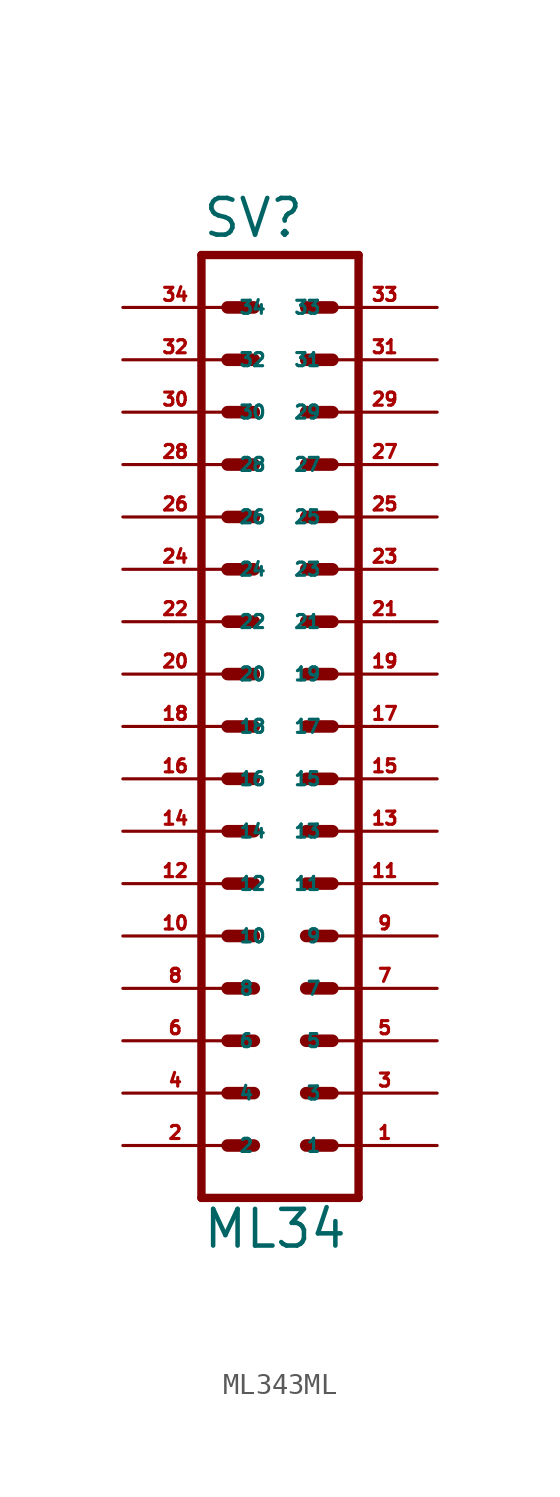
<source format=kicad_sym>
(kicad_symbol_lib
  (version 20220914)
  (generator Eagle2Kicad)
  (symbol "ML343ML"
    (property "Reference" "SV"
      (at -3.81 23.622 0)
      (effects (font (size 1.778 1.778) (thickness 0.22)) (justify left bottom)))
    (property "Value" "ML34"
      (at -3.81 -25.4 0)
      (effects (font (size 1.778 1.778) (thickness 0.22)) (justify left bottom)))
    (polyline
      (pts (xy 3.81 -22.86) (xy -3.81 -22.86))
      (stroke (width 0.406) (type default))
      (fill (type none)))
    (polyline
      (pts (xy -3.81 22.86) (xy -3.81 -22.86))
      (stroke (width 0.406) (type default))
      (fill (type none)))
    (polyline
      (pts (xy -3.81 22.86) (xy 3.81 22.86))
      (stroke (width 0.406) (type default))
      (fill (type none)))
    (polyline
      (pts (xy 3.81 -22.86) (xy 3.81 22.86))
      (stroke (width 0.406) (type default))
      (fill (type none)))
    (polyline
      (pts (xy 1.27 -10.16) (xy 2.54 -10.16))
      (stroke (width 0.61) (type default))
      (fill (type none)))
    (polyline
      (pts (xy 1.27 -12.7) (xy 2.54 -12.7))
      (stroke (width 0.61) (type default))
      (fill (type none)))
    (polyline
      (pts (xy 1.27 -15.24) (xy 2.54 -15.24))
      (stroke (width 0.61) (type default))
      (fill (type none)))
    (polyline
      (pts (xy 1.27 -17.78) (xy 2.54 -17.78))
      (stroke (width 0.61) (type default))
      (fill (type none)))
    (polyline
      (pts (xy 1.27 -20.32) (xy 2.54 -20.32))
      (stroke (width 0.61) (type default))
      (fill (type none)))
    (polyline
      (pts (xy -2.54 -10.16) (xy -1.27 -10.16))
      (stroke (width 0.61) (type default))
      (fill (type none)))
    (polyline
      (pts (xy -2.54 -12.7) (xy -1.27 -12.7))
      (stroke (width 0.61) (type default))
      (fill (type none)))
    (polyline
      (pts (xy -2.54 -15.24) (xy -1.27 -15.24))
      (stroke (width 0.61) (type default))
      (fill (type none)))
    (polyline
      (pts (xy -2.54 -17.78) (xy -1.27 -17.78))
      (stroke (width 0.61) (type default))
      (fill (type none)))
    (polyline
      (pts (xy -2.54 -20.32) (xy -1.27 -20.32))
      (stroke (width 0.61) (type default))
      (fill (type none)))
    (polyline
      (pts (xy 1.27 -7.62) (xy 2.54 -7.62))
      (stroke (width 0.61) (type default))
      (fill (type none)))
    (polyline
      (pts (xy 1.27 -5.08) (xy 2.54 -5.08))
      (stroke (width 0.61) (type default))
      (fill (type none)))
    (polyline
      (pts (xy 1.27 -2.54) (xy 2.54 -2.54))
      (stroke (width 0.61) (type default))
      (fill (type none)))
    (polyline
      (pts (xy 1.27 0) (xy 2.54 0))
      (stroke (width 0.61) (type default))
      (fill (type none)))
    (polyline
      (pts (xy 1.27 2.54) (xy 2.54 2.54))
      (stroke (width 0.61) (type default))
      (fill (type none)))
    (polyline
      (pts (xy -2.54 -7.62) (xy -1.27 -7.62))
      (stroke (width 0.61) (type default))
      (fill (type none)))
    (polyline
      (pts (xy -2.54 -5.08) (xy -1.27 -5.08))
      (stroke (width 0.61) (type default))
      (fill (type none)))
    (polyline
      (pts (xy -2.54 -2.54) (xy -1.27 -2.54))
      (stroke (width 0.61) (type default))
      (fill (type none)))
    (polyline
      (pts (xy -2.54 0) (xy -1.27 0))
      (stroke (width 0.61) (type default))
      (fill (type none)))
    (polyline
      (pts (xy -2.54 2.54) (xy -1.27 2.54))
      (stroke (width 0.61) (type default))
      (fill (type none)))
    (polyline
      (pts (xy 1.27 5.08) (xy 2.54 5.08))
      (stroke (width 0.61) (type default))
      (fill (type none)))
    (polyline
      (pts (xy 1.27 7.62) (xy 2.54 7.62))
      (stroke (width 0.61) (type default))
      (fill (type none)))
    (polyline
      (pts (xy 1.27 10.16) (xy 2.54 10.16))
      (stroke (width 0.61) (type default))
      (fill (type none)))
    (polyline
      (pts (xy -2.54 5.08) (xy -1.27 5.08))
      (stroke (width 0.61) (type default))
      (fill (type none)))
    (polyline
      (pts (xy -2.54 7.62) (xy -1.27 7.62))
      (stroke (width 0.61) (type default))
      (fill (type none)))
    (polyline
      (pts (xy -2.54 10.16) (xy -1.27 10.16))
      (stroke (width 0.61) (type default))
      (fill (type none)))
    (polyline
      (pts (xy 1.27 12.7) (xy 2.54 12.7))
      (stroke (width 0.61) (type default))
      (fill (type none)))
    (polyline
      (pts (xy 1.27 15.24) (xy 2.54 15.24))
      (stroke (width 0.61) (type default))
      (fill (type none)))
    (polyline
      (pts (xy 1.27 17.78) (xy 2.54 17.78))
      (stroke (width 0.61) (type default))
      (fill (type none)))
    (polyline
      (pts (xy 1.27 20.32) (xy 2.54 20.32))
      (stroke (width 0.61) (type default))
      (fill (type none)))
    (polyline
      (pts (xy -2.54 12.7) (xy -1.27 12.7))
      (stroke (width 0.61) (type default))
      (fill (type none)))
    (polyline
      (pts (xy -2.54 15.24) (xy -1.27 15.24))
      (stroke (width 0.61) (type default))
      (fill (type none)))
    (polyline
      (pts (xy -2.54 17.78) (xy -1.27 17.78))
      (stroke (width 0.61) (type default))
      (fill (type none)))
    (polyline
      (pts (xy -2.54 20.32) (xy -1.27 20.32))
      (stroke (width 0.61) (type default))
      (fill (type none)))
    (pin passive line
      (at 7.62 -20.32 180)
      (length 5.08)
      (name "1" (effects (font (size 0.635 0.635) (thickness 0.08)) (justify left bottom)))
      (number "1" (effects (font (size 0.635 0.635) (thickness 0.08)) (justify left bottom))))
    (pin passive line
      (at 7.62 -17.78 180)
      (length 5.08)
      (name "3" (effects (font (size 0.635 0.635) (thickness 0.08)) (justify left bottom)))
      (number "3" (effects (font (size 0.635 0.635) (thickness 0.08)) (justify left bottom))))
    (pin passive line
      (at 7.62 -15.24 180)
      (length 5.08)
      (name "5" (effects (font (size 0.635 0.635) (thickness 0.08)) (justify left bottom)))
      (number "5" (effects (font (size 0.635 0.635) (thickness 0.08)) (justify left bottom))))
    (pin passive line
      (at 7.62 -12.7 180)
      (length 5.08)
      (name "7" (effects (font (size 0.635 0.635) (thickness 0.08)) (justify left bottom)))
      (number "7" (effects (font (size 0.635 0.635) (thickness 0.08)) (justify left bottom))))
    (pin passive line
      (at 7.62 -10.16 180)
      (length 5.08)
      (name "9" (effects (font (size 0.635 0.635) (thickness 0.08)) (justify left bottom)))
      (number "9" (effects (font (size 0.635 0.635) (thickness 0.08)) (justify left bottom))))
    (pin passive line
      (at 7.62 -7.62 180)
      (length 5.08)
      (name "11" (effects (font (size 0.635 0.635) (thickness 0.08)) (justify left bottom)))
      (number "11" (effects (font (size 0.635 0.635) (thickness 0.08)) (justify left bottom))))
    (pin passive line
      (at 7.62 -5.08 180)
      (length 5.08)
      (name "13" (effects (font (size 0.635 0.635) (thickness 0.08)) (justify left bottom)))
      (number "13" (effects (font (size 0.635 0.635) (thickness 0.08)) (justify left bottom))))
    (pin passive line
      (at 7.62 -2.54 180)
      (length 5.08)
      (name "15" (effects (font (size 0.635 0.635) (thickness 0.08)) (justify left bottom)))
      (number "15" (effects (font (size 0.635 0.635) (thickness 0.08)) (justify left bottom))))
    (pin passive line
      (at 7.62 0 180)
      (length 5.08)
      (name "17" (effects (font (size 0.635 0.635) (thickness 0.08)) (justify left bottom)))
      (number "17" (effects (font (size 0.635 0.635) (thickness 0.08)) (justify left bottom))))
    (pin passive line
      (at 7.62 2.54 180)
      (length 5.08)
      (name "19" (effects (font (size 0.635 0.635) (thickness 0.08)) (justify left bottom)))
      (number "19" (effects (font (size 0.635 0.635) (thickness 0.08)) (justify left bottom))))
    (pin passive line
      (at 7.62 5.08 180)
      (length 5.08)
      (name "21" (effects (font (size 0.635 0.635) (thickness 0.08)) (justify left bottom)))
      (number "21" (effects (font (size 0.635 0.635) (thickness 0.08)) (justify left bottom))))
    (pin passive line
      (at 7.62 7.62 180)
      (length 5.08)
      (name "23" (effects (font (size 0.635 0.635) (thickness 0.08)) (justify left bottom)))
      (number "23" (effects (font (size 0.635 0.635) (thickness 0.08)) (justify left bottom))))
    (pin passive line
      (at 7.62 10.16 180)
      (length 5.08)
      (name "25" (effects (font (size 0.635 0.635) (thickness 0.08)) (justify left bottom)))
      (number "25" (effects (font (size 0.635 0.635) (thickness 0.08)) (justify left bottom))))
    (pin passive line
      (at 7.62 12.7 180)
      (length 5.08)
      (name "27" (effects (font (size 0.635 0.635) (thickness 0.08)) (justify left bottom)))
      (number "27" (effects (font (size 0.635 0.635) (thickness 0.08)) (justify left bottom))))
    (pin passive line
      (at 7.62 15.24 180)
      (length 5.08)
      (name "29" (effects (font (size 0.635 0.635) (thickness 0.08)) (justify left bottom)))
      (number "29" (effects (font (size 0.635 0.635) (thickness 0.08)) (justify left bottom))))
    (pin passive line
      (at 7.62 17.78 180)
      (length 5.08)
      (name "31" (effects (font (size 0.635 0.635) (thickness 0.08)) (justify left bottom)))
      (number "31" (effects (font (size 0.635 0.635) (thickness 0.08)) (justify left bottom))))
    (pin passive line
      (at 7.62 20.32 180)
      (length 5.08)
      (name "33" (effects (font (size 0.635 0.635) (thickness 0.08)) (justify left bottom)))
      (number "33" (effects (font (size 0.635 0.635) (thickness 0.08)) (justify left bottom))))
    (pin passive line
      (at -7.62 -20.32 0)
      (length 5.08)
      (name "2" (effects (font (size 0.635 0.635) (thickness 0.08)) (justify left bottom)))
      (number "2" (effects (font (size 0.635 0.635) (thickness 0.08)) (justify left bottom))))
    (pin passive line
      (at -7.62 -17.78 0)
      (length 5.08)
      (name "4" (effects (font (size 0.635 0.635) (thickness 0.08)) (justify left bottom)))
      (number "4" (effects (font (size 0.635 0.635) (thickness 0.08)) (justify left bottom))))
    (pin passive line
      (at -7.62 -15.24 0)
      (length 5.08)
      (name "6" (effects (font (size 0.635 0.635) (thickness 0.08)) (justify left bottom)))
      (number "6" (effects (font (size 0.635 0.635) (thickness 0.08)) (justify left bottom))))
    (pin passive line
      (at -7.62 -12.7 0)
      (length 5.08)
      (name "8" (effects (font (size 0.635 0.635) (thickness 0.08)) (justify left bottom)))
      (number "8" (effects (font (size 0.635 0.635) (thickness 0.08)) (justify left bottom))))
    (pin passive line
      (at -7.62 -10.16 0)
      (length 5.08)
      (name "10" (effects (font (size 0.635 0.635) (thickness 0.08)) (justify left bottom)))
      (number "10" (effects (font (size 0.635 0.635) (thickness 0.08)) (justify left bottom))))
    (pin passive line
      (at -7.62 -7.62 0)
      (length 5.08)
      (name "12" (effects (font (size 0.635 0.635) (thickness 0.08)) (justify left bottom)))
      (number "12" (effects (font (size 0.635 0.635) (thickness 0.08)) (justify left bottom))))
    (pin passive line
      (at -7.62 -5.08 0)
      (length 5.08)
      (name "14" (effects (font (size 0.635 0.635) (thickness 0.08)) (justify left bottom)))
      (number "14" (effects (font (size 0.635 0.635) (thickness 0.08)) (justify left bottom))))
    (pin passive line
      (at -7.62 -2.54 0)
      (length 5.08)
      (name "16" (effects (font (size 0.635 0.635) (thickness 0.08)) (justify left bottom)))
      (number "16" (effects (font (size 0.635 0.635) (thickness 0.08)) (justify left bottom))))
    (pin passive line
      (at -7.62 0 0)
      (length 5.08)
      (name "18" (effects (font (size 0.635 0.635) (thickness 0.08)) (justify left bottom)))
      (number "18" (effects (font (size 0.635 0.635) (thickness 0.08)) (justify left bottom))))
    (pin passive line
      (at -7.62 2.54 0)
      (length 5.08)
      (name "20" (effects (font (size 0.635 0.635) (thickness 0.08)) (justify left bottom)))
      (number "20" (effects (font (size 0.635 0.635) (thickness 0.08)) (justify left bottom))))
    (pin passive line
      (at -7.62 5.08 0)
      (length 5.08)
      (name "22" (effects (font (size 0.635 0.635) (thickness 0.08)) (justify left bottom)))
      (number "22" (effects (font (size 0.635 0.635) (thickness 0.08)) (justify left bottom))))
    (pin passive line
      (at -7.62 7.62 0)
      (length 5.08)
      (name "24" (effects (font (size 0.635 0.635) (thickness 0.08)) (justify left bottom)))
      (number "24" (effects (font (size 0.635 0.635) (thickness 0.08)) (justify left bottom))))
    (pin passive line
      (at -7.62 10.16 0)
      (length 5.08)
      (name "26" (effects (font (size 0.635 0.635) (thickness 0.08)) (justify left bottom)))
      (number "26" (effects (font (size 0.635 0.635) (thickness 0.08)) (justify left bottom))))
    (pin passive line
      (at -7.62 12.7 0)
      (length 5.08)
      (name "28" (effects (font (size 0.635 0.635) (thickness 0.08)) (justify left bottom)))
      (number "28" (effects (font (size 0.635 0.635) (thickness 0.08)) (justify left bottom))))
    (pin passive line
      (at -7.62 15.24 0)
      (length 5.08)
      (name "30" (effects (font (size 0.635 0.635) (thickness 0.08)) (justify left bottom)))
      (number "30" (effects (font (size 0.635 0.635) (thickness 0.08)) (justify left bottom))))
    (pin passive line
      (at -7.62 17.78 0)
      (length 5.08)
      (name "32" (effects (font (size 0.635 0.635) (thickness 0.08)) (justify left bottom)))
      (number "32" (effects (font (size 0.635 0.635) (thickness 0.08)) (justify left bottom))))
    (pin passive line
      (at -7.62 20.32 0)
      (length 5.08)
      (name "34" (effects (font (size 0.635 0.635) (thickness 0.08)) (justify left bottom)))
      (number "34" (effects (font (size 0.635 0.635) (thickness 0.08)) (justify left bottom))))))
</source>
